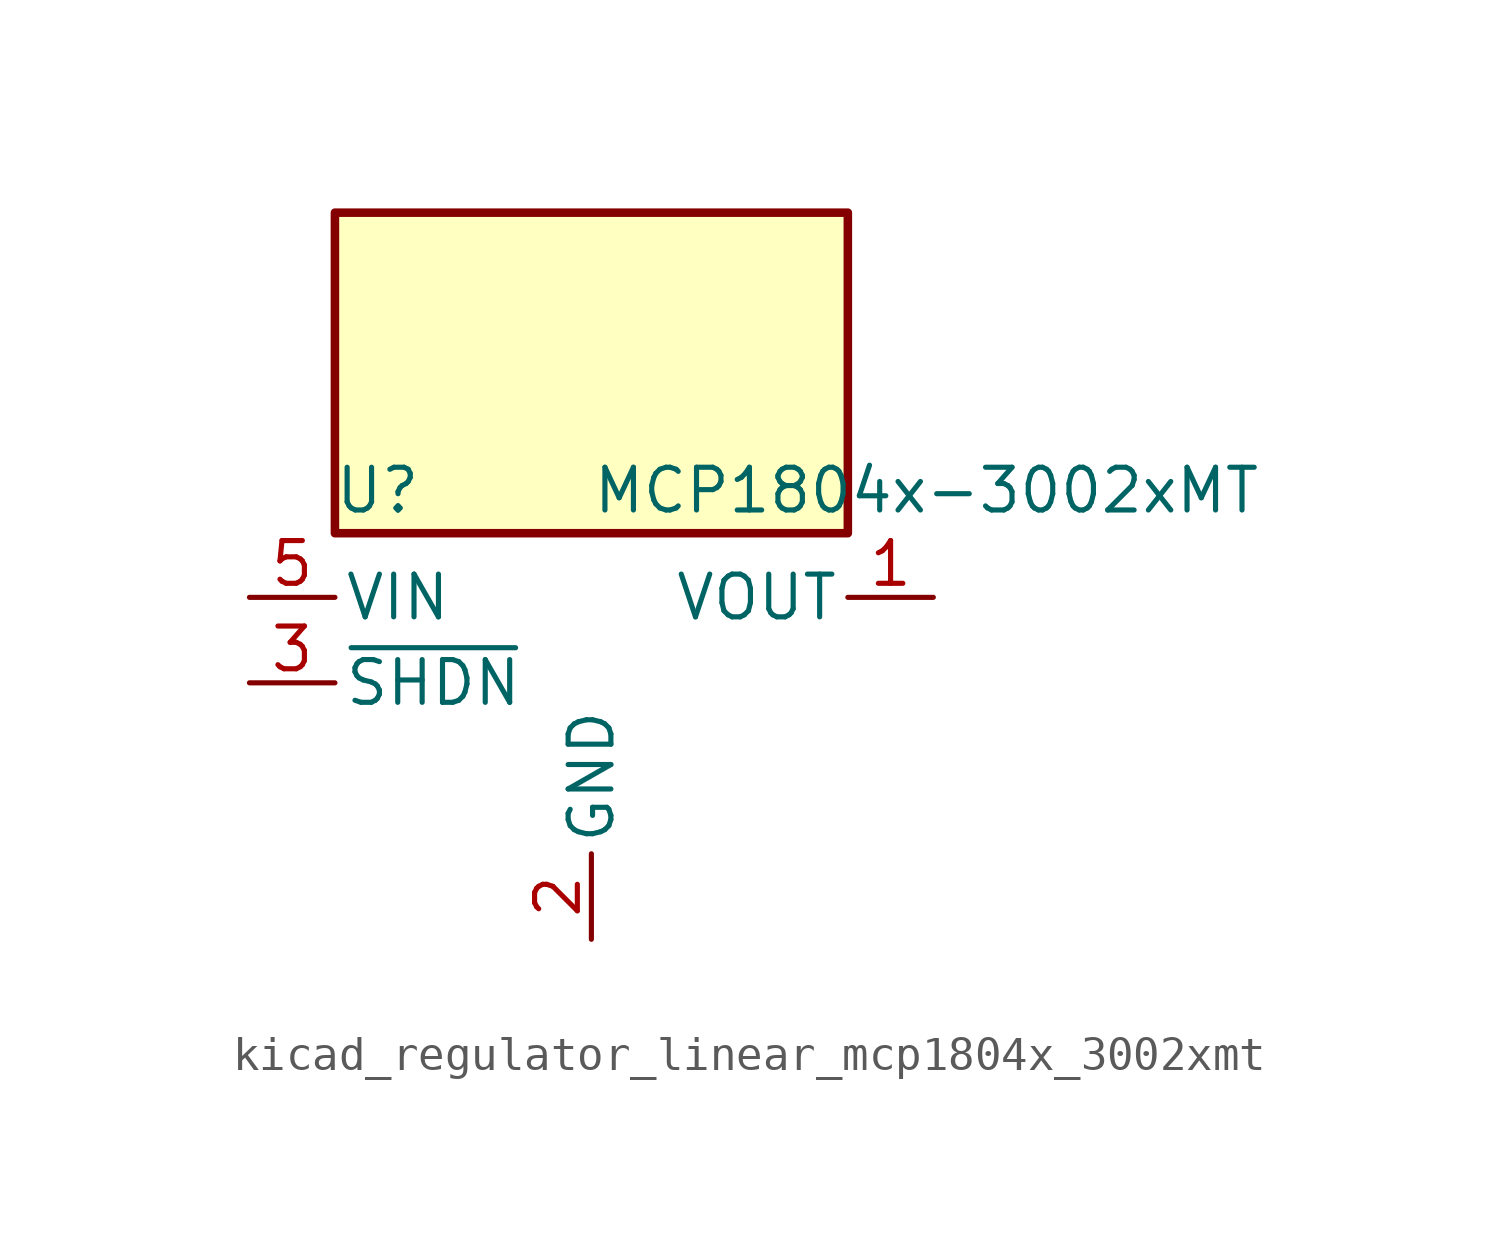
<source format=kicad_sym>
(kicad_symbol_lib
  (version 20220914)
  (generator kicad_symbol_editor)
  (symbol "kicad_regulator_linear_mcp1804x_3002xmt"
    (pin_names
      (offset 0.254))
    (property "Reference" "U"
      (at -6.35 5.715 0)
      (effects (font (size 1.27 1.27))))
    (property "Value" "MCP1804x-3002xMT"
      (at 0 5.715 0)
      (effects (font (size 1.27 1.27)) (justify left)))
    (symbol "kicad_regulator_linear_mcp1804x_3002xmt_0_1"
      (rectangle (start 7.62 13.97) (end -7.62 4.445) (stroke (width 0.254) (type default)) (fill (type background))))
    (symbol "kicad_regulator_linear_mcp1804x_3002xmt_1_1"
      (pin power_out line (at 10.16 2.54 180) (length 2.54) (name "VOUT" (effects (font (size 1.27 1.27)))) (number "1" (effects (font (size 1.27 1.27)))))
      (pin power_in line (at 0 -7.62 90) (length 2.54) (name "GND" (effects (font (size 1.27 1.27)))) (number "2" (effects (font (size 1.27 1.27)))))
      (pin input line (at -10.16 0 0) (length 2.54) (name "~{SHDN}" (effects (font (size 1.27 1.27)))) (number "3" (effects (font (size 1.27 1.27)))))
      (pin no_connect line (at 7.62 0 180) (length 2.54) hide (name "NC" (effects (font (size 1.27 1.27)))) (number "4" (effects (font (size 1.27 1.27)))))
      (pin power_in line (at -10.16 2.54 0) (length 2.54) (name "VIN" (effects (font (size 1.27 1.27)))) (number "5" (effects (font (size 1.27 1.27))))))))
</source>
